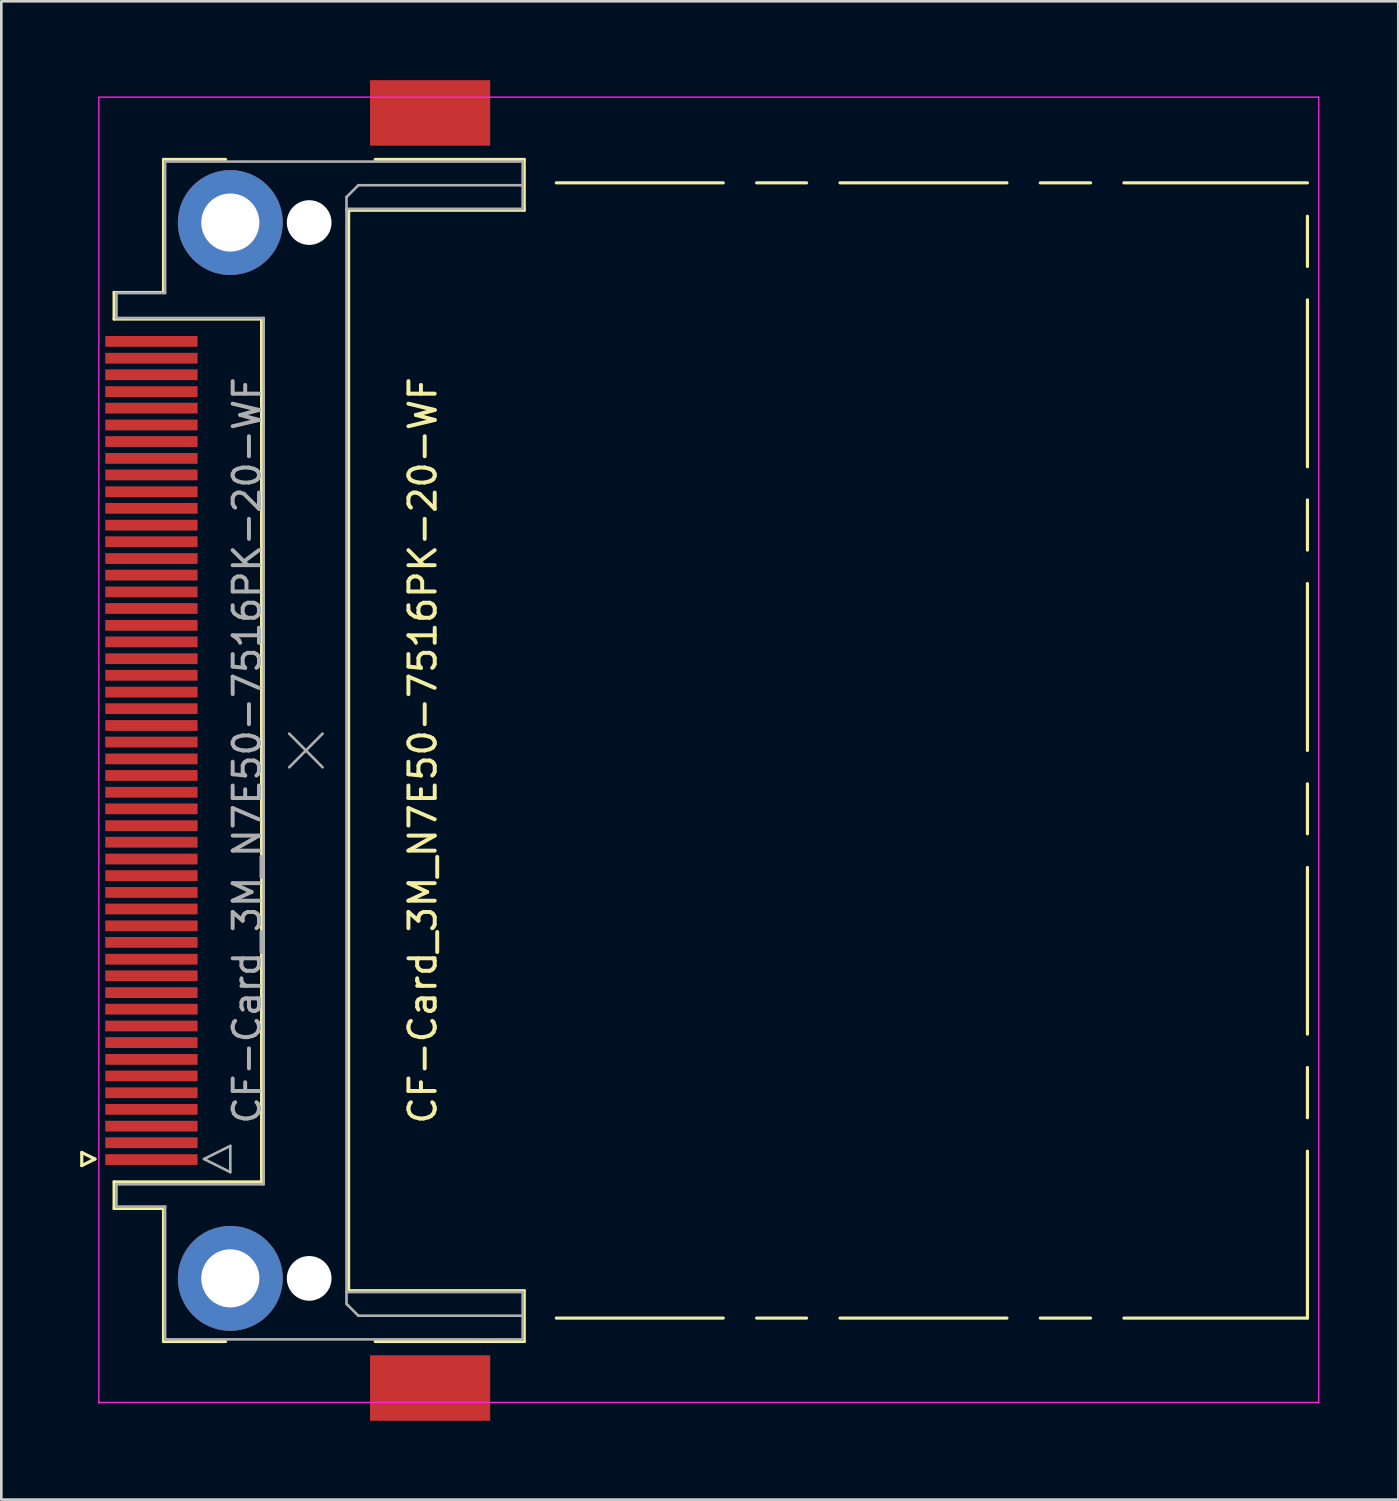
<source format=kicad_pcb>
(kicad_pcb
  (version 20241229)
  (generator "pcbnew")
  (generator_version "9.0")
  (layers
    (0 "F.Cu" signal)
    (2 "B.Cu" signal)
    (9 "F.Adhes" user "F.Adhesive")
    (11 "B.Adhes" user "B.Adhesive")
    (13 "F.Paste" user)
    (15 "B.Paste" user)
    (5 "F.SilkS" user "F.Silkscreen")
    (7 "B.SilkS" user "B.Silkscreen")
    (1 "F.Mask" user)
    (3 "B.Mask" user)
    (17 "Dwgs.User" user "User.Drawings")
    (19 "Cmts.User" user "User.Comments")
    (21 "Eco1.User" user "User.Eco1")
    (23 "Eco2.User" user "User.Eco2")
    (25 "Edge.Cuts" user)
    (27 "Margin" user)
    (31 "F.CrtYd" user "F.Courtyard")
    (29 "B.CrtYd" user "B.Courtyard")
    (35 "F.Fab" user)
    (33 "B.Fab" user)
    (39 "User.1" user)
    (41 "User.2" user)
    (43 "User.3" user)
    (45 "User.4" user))
  (footprint "CF-Card_3M_N7E50-7516PK-20-WF"
    (layer "F.Cu")
    (at 5.81 25.495)
    (property "Reference" "CF-Card_3M_N7E50-7516PK-20-WF" (at 7.22 0 90) (layer "F.SilkS") (effects (font (size 1 1) (thickness 0.15))))
    (attr smd)
    (fp_line (start -5.75 15.29) (end -5.75 15.79) (stroke (width 0.12) (type solid)) (layer "F.SilkS"))
    (fp_line (start -5.75 15.79) (end -5.25 15.54) (stroke (width 0.12) (type solid)) (layer "F.SilkS"))
    (fp_line (start -5.25 15.54) (end -5.75 15.29) (stroke (width 0.12) (type solid)) (layer "F.SilkS"))
    (fp_line (start -4.52 -17.42) (end -2.64 -17.42) (stroke (width 0.12) (type solid)) (layer "F.SilkS"))
    (fp_line (start -4.52 -16.41) (end -4.52 -17.42) (stroke (width 0.12) (type solid)) (layer "F.SilkS"))
    (fp_line (start -4.52 16.41) (end 1.09 16.41) (stroke (width 0.12) (type solid)) (layer "F.SilkS"))
    (fp_line (start -4.52 17.42) (end -4.52 16.41) (stroke (width 0.12) (type solid)) (layer "F.SilkS"))
    (fp_line (start -2.64 -22.48) (end -0.28 -22.48) (stroke (width 0.12) (type solid)) (layer "F.SilkS"))
    (fp_line (start -2.64 -17.42) (end -2.64 -22.48) (stroke (width 0.12) (type solid)) (layer "F.SilkS"))
    (fp_line (start -2.64 17.42) (end -4.52 17.42) (stroke (width 0.12) (type solid)) (layer "F.SilkS"))
    (fp_line (start -2.64 22.48) (end -2.64 17.42) (stroke (width 0.12) (type solid)) (layer "F.SilkS"))
    (fp_line (start -0.28 22.48) (end -2.64 22.48) (stroke (width 0.12) (type solid)) (layer "F.SilkS"))
    (fp_line (start 1.09 -16.41) (end -4.52 -16.41) (stroke (width 0.12) (type solid)) (layer "F.SilkS"))
    (fp_line (start 1.09 16.41) (end 1.09 -16.41) (stroke (width 0.12) (type solid)) (layer "F.SilkS"))
    (fp_line (start 4.4 -20.55) (end 11.08 -20.55) (stroke (width 0.12) (type solid)) (layer "F.SilkS"))
    (fp_line (start 4.4 20.55) (end 4.4 -20.55) (stroke (width 0.12) (type solid)) (layer "F.SilkS"))
    (fp_line (start 5.41 22.48) (end 11.08 22.48) (stroke (width 0.12) (type solid)) (layer "F.SilkS"))
    (fp_line (start 11.08 -22.48) (end 5.41 -22.48) (stroke (width 0.12) (type solid)) (layer "F.SilkS"))
    (fp_line (start 11.08 -20.55) (end 11.08 -22.48) (stroke (width 0.12) (type solid)) (layer "F.SilkS"))
    (fp_line (start 11.08 20.55) (end 4.4 20.55) (stroke (width 0.12) (type solid)) (layer "F.SilkS"))
    (fp_line (start 11.08 22.48) (end 11.08 20.55) (stroke (width 0.12) (type solid)) (layer "F.SilkS"))
    (fp_line (start 12.3 -21.59) (end 18.65 -21.59) (stroke (width 0.12) (type solid)) (layer "F.SilkS"))
    (fp_line (start 12.3 21.59) (end 18.65 21.59) (stroke (width 0.12) (type solid)) (layer "F.SilkS"))
    (fp_line (start 19.92 -21.59) (end 21.82 -21.59) (stroke (width 0.12) (type solid)) (layer "F.SilkS"))
    (fp_line (start 19.92 21.59) (end 21.82 21.59) (stroke (width 0.12) (type solid)) (layer "F.SilkS"))
    (fp_line (start 23.09 -21.59) (end 29.44 -21.59) (stroke (width 0.12) (type solid)) (layer "F.SilkS"))
    (fp_line (start 23.09 21.59) (end 29.44 21.59) (stroke (width 0.12) (type solid)) (layer "F.SilkS"))
    (fp_line (start 30.71 -21.59) (end 32.62 -21.59) (stroke (width 0.12) (type solid)) (layer "F.SilkS"))
    (fp_line (start 30.71 21.59) (end 32.62 21.59) (stroke (width 0.12) (type solid)) (layer "F.SilkS"))
    (fp_line (start 33.89 -21.59) (end 40.87 -21.59) (stroke (width 0.12) (type solid)) (layer "F.SilkS"))
    (fp_line (start 33.89 21.59) (end 40.87 21.59) (stroke (width 0.12) (type solid)) (layer "F.SilkS"))
    (fp_line (start 40.87 -18.41) (end 40.87 -20.32) (stroke (width 0.12) (type solid)) (layer "F.SilkS"))
    (fp_line (start 40.87 -10.79) (end 40.87 -17.14) (stroke (width 0.12) (type solid)) (layer "F.SilkS"))
    (fp_line (start 40.87 -7.62) (end 40.87 -9.53) (stroke (width 0.12) (type solid)) (layer "F.SilkS"))
    (fp_line (start 40.87 0) (end 40.87 -6.35) (stroke (width 0.12) (type solid)) (layer "F.SilkS"))
    (fp_line (start 40.87 3.17) (end 40.87 1.27) (stroke (width 0.12) (type solid)) (layer "F.SilkS"))
    (fp_line (start 40.87 10.79) (end 40.87 4.45) (stroke (width 0.12) (type solid)) (layer "F.SilkS"))
    (fp_line (start 40.87 13.97) (end 40.87 12.06) (stroke (width 0.12) (type solid)) (layer "F.SilkS"))
    (fp_line (start 40.87 21.59) (end 40.87 15.24) (stroke (width 0.12) (type solid)) (layer "F.SilkS"))
    (fp_line (start -5.1 -24.85) (end 41.3 -24.85) (stroke (width 0.05) (type solid)) (layer "F.CrtYd"))
    (fp_line (start -5.1 24.8) (end 41.3 24.8) (stroke (width 0.05) (type solid)) (layer "F.CrtYd"))
    (fp_line (start -5.1 24.84) (end -5.1 -24.84) (stroke (width 0.05) (type solid)) (layer "F.CrtYd"))
    (fp_line (start 41.3 24.8) (end 41.3 -24.85) (stroke (width 0.05) (type solid)) (layer "F.CrtYd"))
    (fp_line (start -4.43 -17.4) (end -4.43 -16.45) (stroke (width 0.1) (type solid)) (layer "F.Fab"))
    (fp_line (start -4.43 -16.45) (end 1.17 -16.45) (stroke (width 0.1) (type solid)) (layer "F.Fab"))
    (fp_line (start -4.43 16.5) (end -4.43 17.35) (stroke (width 0.1) (type solid)) (layer "F.Fab"))
    (fp_line (start -4.43 17.35) (end -2.58 17.35) (stroke (width 0.1) (type solid)) (layer "F.Fab"))
    (fp_line (start -2.58 -22.4) (end -2.58 -17.4) (stroke (width 0.1) (type solid)) (layer "F.Fab"))
    (fp_line (start -2.58 -17.4) (end -4.43 -17.4) (stroke (width 0.1) (type solid)) (layer "F.Fab"))
    (fp_line (start -2.58 17.35) (end -2.58 22.4) (stroke (width 0.1) (type solid)) (layer "F.Fab"))
    (fp_line (start -2.58 22.4) (end -2.48 22.4) (stroke (width 0.1) (type solid)) (layer "F.Fab"))
    (fp_line (start -2.53 22.4) (end 11.02 22.4) (stroke (width 0.1) (type solid)) (layer "F.Fab"))
    (fp_line (start -1.1 15.54) (end -0.1 16.04) (stroke (width 0.1) (type solid)) (layer "F.Fab"))
    (fp_line (start -0.1 15.04) (end -1.1 15.54) (stroke (width 0.1) (type solid)) (layer "F.Fab"))
    (fp_line (start -0.1 16.04) (end -0.1 15.04) (stroke (width 0.1) (type solid)) (layer "F.Fab"))
    (fp_line (start 1.17 -16.45) (end 1.17 16.5) (stroke (width 0.1) (type solid)) (layer "F.Fab"))
    (fp_line (start 1.17 16.5) (end -4.43 16.5) (stroke (width 0.1) (type solid)) (layer "F.Fab"))
    (fp_line (start 2.14 -0.64) (end 3.41 0.64) (stroke (width 0.1) (type solid)) (layer "F.Fab"))
    (fp_line (start 2.14 0.64) (end 3.41 -0.64) (stroke (width 0.1) (type solid)) (layer "F.Fab"))
    (fp_line (start 4.32 -21.05) (end 4.32 -20.55) (stroke (width 0.1) (type solid)) (layer "F.Fab"))
    (fp_line (start 4.32 -20.6) (end 11.02 -20.6) (stroke (width 0.1) (type solid)) (layer "F.Fab"))
    (fp_line (start 4.32 20.6) (end 4.32 -20.6) (stroke (width 0.1) (type solid)) (layer "F.Fab"))
    (fp_line (start 4.32 21.05) (end 4.32 20.6) (stroke (width 0.1) (type solid)) (layer "F.Fab"))
    (fp_line (start 4.37 21.1) (end 4.32 21.05) (stroke (width 0.1) (type solid)) (layer "F.Fab"))
    (fp_line (start 4.77 -21.5) (end 4.32 -21.05) (stroke (width 0.1) (type solid)) (layer "F.Fab"))
    (fp_line (start 4.77 21.5) (end 4.37 21.1) (stroke (width 0.1) (type solid)) (layer "F.Fab"))
    (fp_line (start 11.02 -22.4) (end -2.58 -22.4) (stroke (width 0.1) (type solid)) (layer "F.Fab"))
    (fp_line (start 11.02 -21.5) (end 4.77 -21.5) (stroke (width 0.1) (type solid)) (layer "F.Fab"))
    (fp_line (start 11.02 -20.6) (end 11.02 -22.4) (stroke (width 0.1) (type solid)) (layer "F.Fab"))
    (fp_line (start 11.02 20.6) (end 4.32 20.6) (stroke (width 0.1) (type solid)) (layer "F.Fab"))
    (fp_line (start 11.02 21.5) (end 4.77 21.5) (stroke (width 0.1) (type solid)) (layer "F.Fab"))
    (fp_line (start 11.02 22.4) (end 11.02 20.6) (stroke (width 0.1) (type solid)) (layer "F.Fab"))
    (fp_text user "${REFERENCE}" (at 0.535 0 90) (layer "F.Fab") (effects (font (size 1 1) (thickness 0.15))))
    (pad "" thru_hole circle (at -0.1 -20.08 90) (size 3.99 3.99) (drill 2.21) (layers "*.Cu" "*.Mask"))
    (pad "" thru_hole circle (at -0.1 20.08 90) (size 3.99 3.99) (drill 2.21) (layers "*.Cu" "*.Mask"))
    (pad "" np_thru_hole circle (at 2.9 -20.08 90) (size 1.7 1.7) (drill 1.7) (layers "*.Cu" "*.Mask"))
    (pad "" np_thru_hole circle (at 2.9 20.08 90) (size 1.7 1.7) (drill 1.7) (layers "*.Cu" "*.Mask"))
    (pad "" smd rect (at 7.5 -24.25 90) (size 2.49 4.57) (layers "F.Cu" "F.Mask" "F.Paste"))
    (pad "" smd rect (at 7.5 24.25 90) (size 2.49 4.57) (layers "F.Cu" "F.Mask" "F.Paste"))
    (pad "1" smd rect (at -3.1 15.56 90) (size 0.41 3.51) (layers "F.Cu" "F.Mask" "F.Paste"))
    (pad "2" smd rect (at -3.1 14.29 90) (size 0.41 3.51) (layers "F.Cu" "F.Mask" "F.Paste"))
    (pad "3" smd rect (at -3.1 13.02 90) (size 0.41 3.51) (layers "F.Cu" "F.Mask" "F.Paste"))
    (pad "4" smd rect (at -3.1 11.75 90) (size 0.41 3.51) (layers "F.Cu" "F.Mask" "F.Paste"))
    (pad "5" smd rect (at -3.1 10.48 90) (size 0.41 3.51) (layers "F.Cu" "F.Mask" "F.Paste"))
    (pad "6" smd rect (at -3.1 9.21 90) (size 0.41 3.51) (layers "F.Cu" "F.Mask" "F.Paste"))
    (pad "7" smd rect (at -3.1 7.94 90) (size 0.41 3.51) (layers "F.Cu" "F.Mask" "F.Paste"))
    (pad "8" smd rect (at -3.1 6.67 90) (size 0.41 3.51) (layers "F.Cu" "F.Mask" "F.Paste"))
    (pad "9" smd rect (at -3.1 5.4 90) (size 0.41 3.51) (layers "F.Cu" "F.Mask" "F.Paste"))
    (pad "10" smd rect (at -3.1 4.13 90) (size 0.41 3.51) (layers "F.Cu" "F.Mask" "F.Paste"))
    (pad "11" smd rect (at -3.1 2.86 90) (size 0.41 3.51) (layers "F.Cu" "F.Mask" "F.Paste"))
    (pad "12" smd rect (at -3.1 1.59 90) (size 0.41 3.51) (layers "F.Cu" "F.Mask" "F.Paste"))
    (pad "13" smd rect (at -3.1 0.32 90) (size 0.41 3.51) (layers "F.Cu" "F.Mask" "F.Paste"))
    (pad "14" smd rect (at -3.1 -0.95 90) (size 0.41 3.51) (layers "F.Cu" "F.Mask" "F.Paste"))
    (pad "15" smd rect (at -3.1 -2.22 90) (size 0.41 3.51) (layers "F.Cu" "F.Mask" "F.Paste"))
    (pad "16" smd rect (at -3.1 -3.49 90) (size 0.41 3.51) (layers "F.Cu" "F.Mask" "F.Paste"))
    (pad "17" smd rect (at -3.1 -4.76 90) (size 0.41 3.51) (layers "F.Cu" "F.Mask" "F.Paste"))
    (pad "18" smd rect (at -3.1 -6.03 90) (size 0.41 3.51) (layers "F.Cu" "F.Mask" "F.Paste"))
    (pad "19" smd rect (at -3.1 -7.3 90) (size 0.41 3.51) (layers "F.Cu" "F.Mask" "F.Paste"))
    (pad "20" smd rect (at -3.1 -8.57 90) (size 0.41 3.51) (layers "F.Cu" "F.Mask" "F.Paste"))
    (pad "21" smd rect (at -3.1 -9.84 90) (size 0.41 3.51) (layers "F.Cu" "F.Mask" "F.Paste"))
    (pad "22" smd rect (at -3.1 -11.11 90) (size 0.41 3.51) (layers "F.Cu" "F.Mask" "F.Paste"))
    (pad "23" smd rect (at -3.1 -12.38 90) (size 0.41 3.51) (layers "F.Cu" "F.Mask" "F.Paste"))
    (pad "24" smd rect (at -3.1 -13.65 90) (size 0.41 3.51) (layers "F.Cu" "F.Mask" "F.Paste"))
    (pad "25" smd rect (at -3.1 -14.92 90) (size 0.41 3.51) (layers "F.Cu" "F.Mask" "F.Paste"))
    (pad "26" smd rect (at -3.1 14.92 90) (size 0.41 3.51) (layers "F.Cu" "F.Mask" "F.Paste"))
    (pad "27" smd rect (at -3.1 13.65 90) (size 0.41 3.51) (layers "F.Cu" "F.Mask" "F.Paste"))
    (pad "28" smd rect (at -3.1 12.38 90) (size 0.41 3.51) (layers "F.Cu" "F.Mask" "F.Paste"))
    (pad "29" smd rect (at -3.1 11.11 90) (size 0.41 3.51) (layers "F.Cu" "F.Mask" "F.Paste"))
    (pad "30" smd rect (at -3.1 9.84 90) (size 0.41 3.51) (layers "F.Cu" "F.Mask" "F.Paste"))
    (pad "31" smd rect (at -3.1 8.57 90) (size 0.41 3.51) (layers "F.Cu" "F.Mask" "F.Paste"))
    (pad "32" smd rect (at -3.1 7.3 90) (size 0.41 3.51) (layers "F.Cu" "F.Mask" "F.Paste"))
    (pad "33" smd rect (at -3.1 6.03 90) (size 0.41 3.51) (layers "F.Cu" "F.Mask" "F.Paste"))
    (pad "34" smd rect (at -3.1 4.76 90) (size 0.41 3.51) (layers "F.Cu" "F.Mask" "F.Paste"))
    (pad "35" smd rect (at -3.1 3.49 90) (size 0.41 3.51) (layers "F.Cu" "F.Mask" "F.Paste"))
    (pad "36" smd rect (at -3.1 2.22 90) (size 0.41 3.51) (layers "F.Cu" "F.Mask" "F.Paste"))
    (pad "37" smd rect (at -3.1 0.95 90) (size 0.41 3.51) (layers "F.Cu" "F.Mask" "F.Paste"))
    (pad "38" smd rect (at -3.1 -0.32 90) (size 0.41 3.51) (layers "F.Cu" "F.Mask" "F.Paste"))
    (pad "39" smd rect (at -3.1 -1.59 90) (size 0.41 3.51) (layers "F.Cu" "F.Mask" "F.Paste"))
    (pad "40" smd rect (at -3.1 -2.86 90) (size 0.41 3.51) (layers "F.Cu" "F.Mask" "F.Paste"))
    (pad "41" smd rect (at -3.1 -4.13 90) (size 0.41 3.51) (layers "F.Cu" "F.Mask" "F.Paste"))
    (pad "42" smd rect (at -3.1 -5.4 90) (size 0.41 3.51) (layers "F.Cu" "F.Mask" "F.Paste"))
    (pad "43" smd rect (at -3.1 -6.67 90) (size 0.41 3.51) (layers "F.Cu" "F.Mask" "F.Paste"))
    (pad "44" smd rect (at -3.1 -7.94 90) (size 0.41 3.51) (layers "F.Cu" "F.Mask" "F.Paste"))
    (pad "45" smd rect (at -3.1 -9.21 90) (size 0.41 3.51) (layers "F.Cu" "F.Mask" "F.Paste"))
    (pad "46" smd rect (at -3.1 -10.48 90) (size 0.41 3.51) (layers "F.Cu" "F.Mask" "F.Paste"))
    (pad "47" smd rect (at -3.1 -11.75 90) (size 0.41 3.51) (layers "F.Cu" "F.Mask" "F.Paste"))
    (pad "48" smd rect (at -3.1 -13.02 90) (size 0.41 3.51) (layers "F.Cu" "F.Mask" "F.Paste"))
    (pad "49" smd rect (at -3.1 -14.29 90) (size 0.41 3.51) (layers "F.Cu" "F.Mask" "F.Paste"))
    (pad "50" smd rect (at -3.1 -15.56 90) (size 0.41 3.51) (layers "F.Cu" "F.Mask" "F.Paste")))
  (gr_rect
    (start -3 -3)
    (end 50.135 53.99)
    (stroke (width 0.1) (type default))
    (fill no)
    (layer "Edge.Cuts")))
</source>
